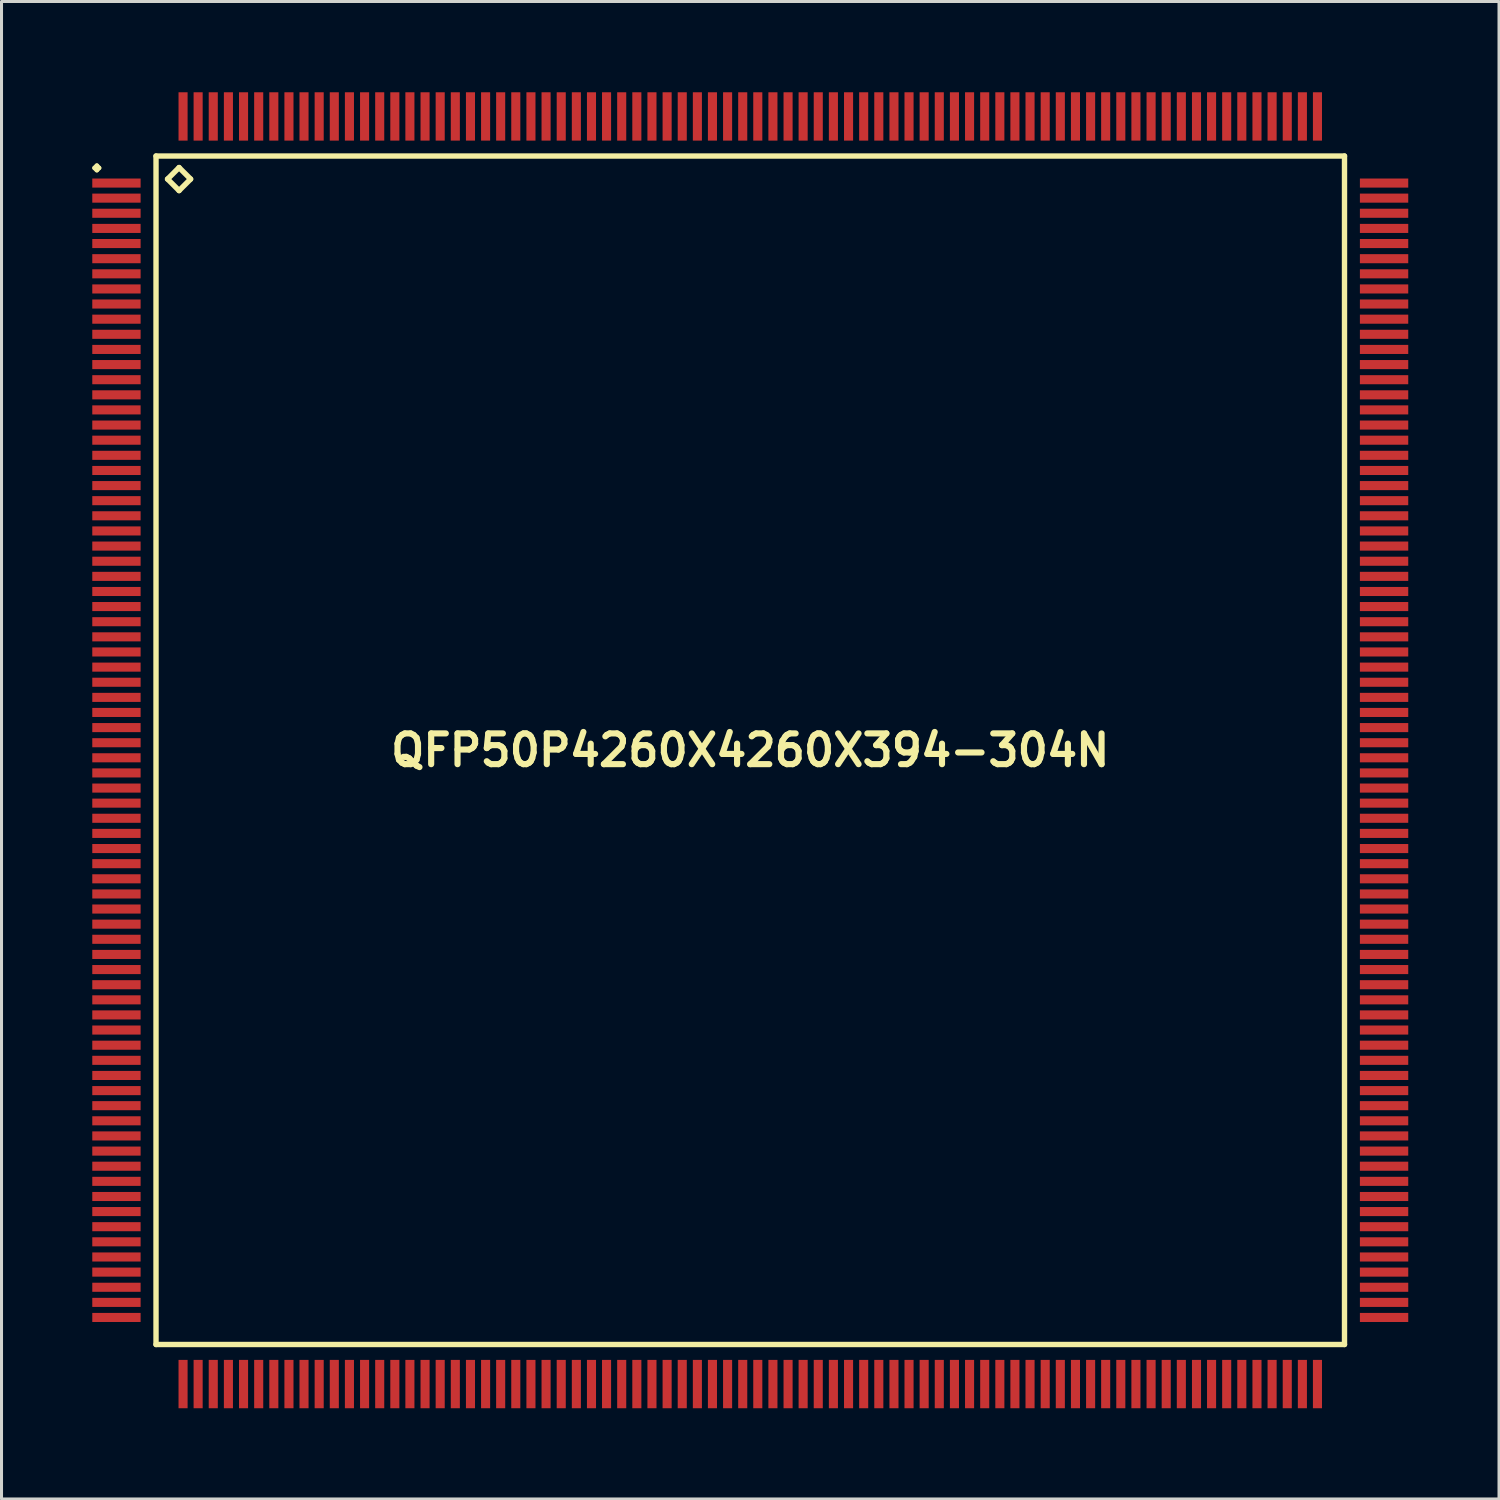
<source format=kicad_pcb>
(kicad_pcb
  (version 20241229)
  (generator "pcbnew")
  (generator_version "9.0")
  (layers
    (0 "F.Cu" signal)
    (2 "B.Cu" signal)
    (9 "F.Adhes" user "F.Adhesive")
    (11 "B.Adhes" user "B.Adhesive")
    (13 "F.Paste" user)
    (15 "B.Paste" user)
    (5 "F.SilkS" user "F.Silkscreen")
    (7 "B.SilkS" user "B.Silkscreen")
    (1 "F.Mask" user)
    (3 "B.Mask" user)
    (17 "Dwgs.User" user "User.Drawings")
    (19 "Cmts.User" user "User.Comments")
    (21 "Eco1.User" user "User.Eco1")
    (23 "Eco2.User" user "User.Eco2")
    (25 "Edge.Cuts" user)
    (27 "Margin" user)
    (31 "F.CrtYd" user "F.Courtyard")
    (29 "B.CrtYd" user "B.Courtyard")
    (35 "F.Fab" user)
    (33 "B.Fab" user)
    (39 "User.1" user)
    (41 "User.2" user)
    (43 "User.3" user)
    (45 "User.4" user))
  (footprint "QFP50P4260X4260X394-304N"
    (layer "F.Cu")
    (at 21.749 21.749)
    (property "Reference" "QFP50P4260X4260X394-304N" (at 0 0 0) (layer "F.SilkS") (effects (font (size 1.016 1.016) (thickness 0.203))))
    (attr smd)
    (fp_line (start -21.674 -19.248) (end -21.598 -19.324) (stroke (width 0.15) (type solid)) (layer "F.SilkS"))
    (fp_line (start -21.598 -19.324) (end -21.524 -19.248) (stroke (width 0.15) (type solid)) (layer "F.SilkS"))
    (fp_line (start -21.598 -19.174) (end -21.674 -19.248) (stroke (width 0.15) (type solid)) (layer "F.SilkS"))
    (fp_line (start -21.524 -19.248) (end -21.598 -19.174) (stroke (width 0.15) (type solid)) (layer "F.SilkS"))
    (fp_line (start -19.642 -19.642) (end -19.642 19.642) (stroke (width 0.178) (type solid)) (layer "F.SilkS"))
    (fp_line (start -19.642 19.642) (end 19.642 19.642) (stroke (width 0.178) (type solid)) (layer "F.SilkS"))
    (fp_line (start -19.261 -18.88) (end -18.88 -19.261) (stroke (width 0.178) (type solid)) (layer "F.SilkS"))
    (fp_line (start -18.88 -19.261) (end -18.499 -18.88) (stroke (width 0.178) (type solid)) (layer "F.SilkS"))
    (fp_line (start -18.88 -18.499) (end -19.261 -18.88) (stroke (width 0.178) (type solid)) (layer "F.SilkS"))
    (fp_line (start -18.499 -18.88) (end -18.88 -18.499) (stroke (width 0.178) (type solid)) (layer "F.SilkS"))
    (fp_line (start 19.642 -19.642) (end -19.642 -19.642) (stroke (width 0.178) (type solid)) (layer "F.SilkS"))
    (fp_line (start 19.642 19.642) (end 19.642 -19.642) (stroke (width 0.178) (type solid)) (layer "F.SilkS"))
    (pad "1" smd rect (at -20.95 -18.748) (size 1.598 0.3) (layers "F.Cu" "F.Mask" "F.Paste"))
    (pad "2" smd rect (at -20.95 -18.25) (size 1.598 0.3) (layers "F.Cu" "F.Mask" "F.Paste"))
    (pad "3" smd rect (at -20.95 -17.75) (size 1.598 0.3) (layers "F.Cu" "F.Mask" "F.Paste"))
    (pad "4" smd rect (at -20.95 -17.249) (size 1.598 0.3) (layers "F.Cu" "F.Mask" "F.Paste"))
    (pad "5" smd rect (at -20.95 -16.749) (size 1.598 0.3) (layers "F.Cu" "F.Mask" "F.Paste"))
    (pad "6" smd rect (at -20.95 -16.248) (size 1.598 0.3) (layers "F.Cu" "F.Mask" "F.Paste"))
    (pad "7" smd rect (at -20.95 -15.748) (size 1.598 0.3) (layers "F.Cu" "F.Mask" "F.Paste"))
    (pad "8" smd rect (at -20.95 -15.248) (size 1.598 0.3) (layers "F.Cu" "F.Mask" "F.Paste"))
    (pad "9" smd rect (at -20.95 -14.75) (size 1.598 0.3) (layers "F.Cu" "F.Mask" "F.Paste"))
    (pad "10" smd rect (at -20.95 -14.249) (size 1.598 0.3) (layers "F.Cu" "F.Mask" "F.Paste"))
    (pad "11" smd rect (at -20.95 -13.749) (size 1.598 0.3) (layers "F.Cu" "F.Mask" "F.Paste"))
    (pad "12" smd rect (at -20.95 -13.249) (size 1.598 0.3) (layers "F.Cu" "F.Mask" "F.Paste"))
    (pad "13" smd rect (at -20.95 -12.748) (size 1.598 0.3) (layers "F.Cu" "F.Mask" "F.Paste"))
    (pad "14" smd rect (at -20.95 -12.248) (size 1.598 0.3) (layers "F.Cu" "F.Mask" "F.Paste"))
    (pad "15" smd rect (at -20.95 -11.748) (size 1.598 0.3) (layers "F.Cu" "F.Mask" "F.Paste"))
    (pad "16" smd rect (at -20.95 -11.25) (size 1.598 0.3) (layers "F.Cu" "F.Mask" "F.Paste"))
    (pad "17" smd rect (at -20.95 -10.749) (size 1.598 0.3) (layers "F.Cu" "F.Mask" "F.Paste"))
    (pad "18" smd rect (at -20.95 -10.249) (size 1.598 0.3) (layers "F.Cu" "F.Mask" "F.Paste"))
    (pad "19" smd rect (at -20.95 -9.749) (size 1.598 0.3) (layers "F.Cu" "F.Mask" "F.Paste"))
    (pad "20" smd rect (at -20.95 -9.248) (size 1.598 0.3) (layers "F.Cu" "F.Mask" "F.Paste"))
    (pad "21" smd rect (at -20.95 -8.748) (size 1.598 0.3) (layers "F.Cu" "F.Mask" "F.Paste"))
    (pad "22" smd rect (at -20.95 -8.25) (size 1.598 0.3) (layers "F.Cu" "F.Mask" "F.Paste"))
    (pad "23" smd rect (at -20.95 -7.75) (size 1.598 0.3) (layers "F.Cu" "F.Mask" "F.Paste"))
    (pad "24" smd rect (at -20.95 -7.249) (size 1.598 0.3) (layers "F.Cu" "F.Mask" "F.Paste"))
    (pad "25" smd rect (at -20.95 -6.749) (size 1.598 0.3) (layers "F.Cu" "F.Mask" "F.Paste"))
    (pad "26" smd rect (at -20.95 -6.248) (size 1.598 0.3) (layers "F.Cu" "F.Mask" "F.Paste"))
    (pad "27" smd rect (at -20.95 -5.748) (size 1.598 0.3) (layers "F.Cu" "F.Mask" "F.Paste"))
    (pad "28" smd rect (at -20.95 -5.248) (size 1.598 0.3) (layers "F.Cu" "F.Mask" "F.Paste"))
    (pad "29" smd rect (at -20.95 -4.75) (size 1.598 0.3) (layers "F.Cu" "F.Mask" "F.Paste"))
    (pad "30" smd rect (at -20.95 -4.249) (size 1.598 0.3) (layers "F.Cu" "F.Mask" "F.Paste"))
    (pad "31" smd rect (at -20.95 -3.749) (size 1.598 0.3) (layers "F.Cu" "F.Mask" "F.Paste"))
    (pad "32" smd rect (at -20.95 -3.249) (size 1.598 0.3) (layers "F.Cu" "F.Mask" "F.Paste"))
    (pad "33" smd rect (at -20.95 -2.748) (size 1.598 0.3) (layers "F.Cu" "F.Mask" "F.Paste"))
    (pad "34" smd rect (at -20.95 -2.248) (size 1.598 0.3) (layers "F.Cu" "F.Mask" "F.Paste"))
    (pad "35" smd rect (at -20.95 -1.748) (size 1.598 0.3) (layers "F.Cu" "F.Mask" "F.Paste"))
    (pad "36" smd rect (at -20.95 -1.25) (size 1.598 0.3) (layers "F.Cu" "F.Mask" "F.Paste"))
    (pad "37" smd rect (at -20.95 -0.749) (size 1.598 0.3) (layers "F.Cu" "F.Mask" "F.Paste"))
    (pad "38" smd rect (at -20.95 -0.249) (size 1.598 0.3) (layers "F.Cu" "F.Mask" "F.Paste"))
    (pad "39" smd rect (at -20.95 0.249) (size 1.598 0.3) (layers "F.Cu" "F.Mask" "F.Paste"))
    (pad "40" smd rect (at -20.95 0.749) (size 1.598 0.3) (layers "F.Cu" "F.Mask" "F.Paste"))
    (pad "41" smd rect (at -20.95 1.25) (size 1.598 0.3) (layers "F.Cu" "F.Mask" "F.Paste"))
    (pad "42" smd rect (at -20.95 1.748) (size 1.598 0.3) (layers "F.Cu" "F.Mask" "F.Paste"))
    (pad "43" smd rect (at -20.95 2.248) (size 1.598 0.3) (layers "F.Cu" "F.Mask" "F.Paste"))
    (pad "44" smd rect (at -20.95 2.748) (size 1.598 0.3) (layers "F.Cu" "F.Mask" "F.Paste"))
    (pad "45" smd rect (at -20.95 3.249) (size 1.598 0.3) (layers "F.Cu" "F.Mask" "F.Paste"))
    (pad "46" smd rect (at -20.95 3.749) (size 1.598 0.3) (layers "F.Cu" "F.Mask" "F.Paste"))
    (pad "47" smd rect (at -20.95 4.249) (size 1.598 0.3) (layers "F.Cu" "F.Mask" "F.Paste"))
    (pad "48" smd rect (at -20.95 4.75) (size 1.598 0.3) (layers "F.Cu" "F.Mask" "F.Paste"))
    (pad "49" smd rect (at -20.95 5.248) (size 1.598 0.3) (layers "F.Cu" "F.Mask" "F.Paste"))
    (pad "50" smd rect (at -20.95 5.748) (size 1.598 0.3) (layers "F.Cu" "F.Mask" "F.Paste"))
    (pad "51" smd rect (at -20.95 6.248) (size 1.598 0.3) (layers "F.Cu" "F.Mask" "F.Paste"))
    (pad "52" smd rect (at -20.95 6.749) (size 1.598 0.3) (layers "F.Cu" "F.Mask" "F.Paste"))
    (pad "53" smd rect (at -20.95 7.249) (size 1.598 0.3) (layers "F.Cu" "F.Mask" "F.Paste"))
    (pad "54" smd rect (at -20.95 7.75) (size 1.598 0.3) (layers "F.Cu" "F.Mask" "F.Paste"))
    (pad "55" smd rect (at -20.95 8.25) (size 1.598 0.3) (layers "F.Cu" "F.Mask" "F.Paste"))
    (pad "56" smd rect (at -20.95 8.748) (size 1.598 0.3) (layers "F.Cu" "F.Mask" "F.Paste"))
    (pad "57" smd rect (at -20.95 9.248) (size 1.598 0.3) (layers "F.Cu" "F.Mask" "F.Paste"))
    (pad "58" smd rect (at -20.95 9.749) (size 1.598 0.3) (layers "F.Cu" "F.Mask" "F.Paste"))
    (pad "59" smd rect (at -20.95 10.249) (size 1.598 0.3) (layers "F.Cu" "F.Mask" "F.Paste"))
    (pad "60" smd rect (at -20.95 10.749) (size 1.598 0.3) (layers "F.Cu" "F.Mask" "F.Paste"))
    (pad "61" smd rect (at -20.95 11.25) (size 1.598 0.3) (layers "F.Cu" "F.Mask" "F.Paste"))
    (pad "62" smd rect (at -20.95 11.748) (size 1.598 0.3) (layers "F.Cu" "F.Mask" "F.Paste"))
    (pad "63" smd rect (at -20.95 12.248) (size 1.598 0.3) (layers "F.Cu" "F.Mask" "F.Paste"))
    (pad "64" smd rect (at -20.95 12.748) (size 1.598 0.3) (layers "F.Cu" "F.Mask" "F.Paste"))
    (pad "65" smd rect (at -20.95 13.249) (size 1.598 0.3) (layers "F.Cu" "F.Mask" "F.Paste"))
    (pad "66" smd rect (at -20.95 13.749) (size 1.598 0.3) (layers "F.Cu" "F.Mask" "F.Paste"))
    (pad "67" smd rect (at -20.95 14.249) (size 1.598 0.3) (layers "F.Cu" "F.Mask" "F.Paste"))
    (pad "68" smd rect (at -20.95 14.75) (size 1.598 0.3) (layers "F.Cu" "F.Mask" "F.Paste"))
    (pad "69" smd rect (at -20.95 15.248) (size 1.598 0.3) (layers "F.Cu" "F.Mask" "F.Paste"))
    (pad "70" smd rect (at -20.95 15.748) (size 1.598 0.3) (layers "F.Cu" "F.Mask" "F.Paste"))
    (pad "71" smd rect (at -20.95 16.248) (size 1.598 0.3) (layers "F.Cu" "F.Mask" "F.Paste"))
    (pad "72" smd rect (at -20.95 16.749) (size 1.598 0.3) (layers "F.Cu" "F.Mask" "F.Paste"))
    (pad "73" smd rect (at -20.95 17.249) (size 1.598 0.3) (layers "F.Cu" "F.Mask" "F.Paste"))
    (pad "74" smd rect (at -20.95 17.75) (size 1.598 0.3) (layers "F.Cu" "F.Mask" "F.Paste"))
    (pad "75" smd rect (at -20.95 18.25) (size 1.598 0.3) (layers "F.Cu" "F.Mask" "F.Paste"))
    (pad "76" smd rect (at -20.95 18.748) (size 1.598 0.3) (layers "F.Cu" "F.Mask" "F.Paste"))
    (pad "77" smd rect (at -18.748 20.95) (size 0.3 1.598) (layers "F.Cu" "F.Mask" "F.Paste"))
    (pad "78" smd rect (at -18.25 20.95) (size 0.3 1.598) (layers "F.Cu" "F.Mask" "F.Paste"))
    (pad "79" smd rect (at -17.75 20.95) (size 0.3 1.598) (layers "F.Cu" "F.Mask" "F.Paste"))
    (pad "80" smd rect (at -17.249 20.95) (size 0.3 1.598) (layers "F.Cu" "F.Mask" "F.Paste"))
    (pad "81" smd rect (at -16.749 20.95) (size 0.3 1.598) (layers "F.Cu" "F.Mask" "F.Paste"))
    (pad "82" smd rect (at -16.248 20.95) (size 0.3 1.598) (layers "F.Cu" "F.Mask" "F.Paste"))
    (pad "83" smd rect (at -15.748 20.95) (size 0.3 1.598) (layers "F.Cu" "F.Mask" "F.Paste"))
    (pad "84" smd rect (at -15.248 20.95) (size 0.3 1.598) (layers "F.Cu" "F.Mask" "F.Paste"))
    (pad "85" smd rect (at -14.75 20.95) (size 0.3 1.598) (layers "F.Cu" "F.Mask" "F.Paste"))
    (pad "86" smd rect (at -14.249 20.95) (size 0.3 1.598) (layers "F.Cu" "F.Mask" "F.Paste"))
    (pad "87" smd rect (at -13.749 20.95) (size 0.3 1.598) (layers "F.Cu" "F.Mask" "F.Paste"))
    (pad "88" smd rect (at -13.249 20.95) (size 0.3 1.598) (layers "F.Cu" "F.Mask" "F.Paste"))
    (pad "89" smd rect (at -12.748 20.95) (size 0.3 1.598) (layers "F.Cu" "F.Mask" "F.Paste"))
    (pad "90" smd rect (at -12.248 20.95) (size 0.3 1.598) (layers "F.Cu" "F.Mask" "F.Paste"))
    (pad "91" smd rect (at -11.748 20.95) (size 0.3 1.598) (layers "F.Cu" "F.Mask" "F.Paste"))
    (pad "92" smd rect (at -11.25 20.95) (size 0.3 1.598) (layers "F.Cu" "F.Mask" "F.Paste"))
    (pad "93" smd rect (at -10.749 20.95) (size 0.3 1.598) (layers "F.Cu" "F.Mask" "F.Paste"))
    (pad "94" smd rect (at -10.249 20.95) (size 0.3 1.598) (layers "F.Cu" "F.Mask" "F.Paste"))
    (pad "95" smd rect (at -9.749 20.95) (size 0.3 1.598) (layers "F.Cu" "F.Mask" "F.Paste"))
    (pad "96" smd rect (at -9.248 20.95) (size 0.3 1.598) (layers "F.Cu" "F.Mask" "F.Paste"))
    (pad "97" smd rect (at -8.748 20.95) (size 0.3 1.598) (layers "F.Cu" "F.Mask" "F.Paste"))
    (pad "98" smd rect (at -8.25 20.95) (size 0.3 1.598) (layers "F.Cu" "F.Mask" "F.Paste"))
    (pad "99" smd rect (at -7.75 20.95) (size 0.3 1.598) (layers "F.Cu" "F.Mask" "F.Paste"))
    (pad "100" smd rect (at -7.249 20.95) (size 0.3 1.598) (layers "F.Cu" "F.Mask" "F.Paste"))
    (pad "101" smd rect (at -6.749 20.95) (size 0.3 1.598) (layers "F.Cu" "F.Mask" "F.Paste"))
    (pad "102" smd rect (at -6.248 20.95) (size 0.3 1.598) (layers "F.Cu" "F.Mask" "F.Paste"))
    (pad "103" smd rect (at -5.748 20.95) (size 0.3 1.598) (layers "F.Cu" "F.Mask" "F.Paste"))
    (pad "104" smd rect (at -5.248 20.95) (size 0.3 1.598) (layers "F.Cu" "F.Mask" "F.Paste"))
    (pad "105" smd rect (at -4.75 20.95) (size 0.3 1.598) (layers "F.Cu" "F.Mask" "F.Paste"))
    (pad "106" smd rect (at -4.249 20.95) (size 0.3 1.598) (layers "F.Cu" "F.Mask" "F.Paste"))
    (pad "107" smd rect (at -3.749 20.95) (size 0.3 1.598) (layers "F.Cu" "F.Mask" "F.Paste"))
    (pad "108" smd rect (at -3.249 20.95) (size 0.3 1.598) (layers "F.Cu" "F.Mask" "F.Paste"))
    (pad "109" smd rect (at -2.748 20.95) (size 0.3 1.598) (layers "F.Cu" "F.Mask" "F.Paste"))
    (pad "110" smd rect (at -2.248 20.95) (size 0.3 1.598) (layers "F.Cu" "F.Mask" "F.Paste"))
    (pad "111" smd rect (at -1.748 20.95) (size 0.3 1.598) (layers "F.Cu" "F.Mask" "F.Paste"))
    (pad "112" smd rect (at -1.25 20.95) (size 0.3 1.598) (layers "F.Cu" "F.Mask" "F.Paste"))
    (pad "113" smd rect (at -0.749 20.95) (size 0.3 1.598) (layers "F.Cu" "F.Mask" "F.Paste"))
    (pad "114" smd rect (at -0.249 20.95) (size 0.3 1.598) (layers "F.Cu" "F.Mask" "F.Paste"))
    (pad "115" smd rect (at 0.249 20.95) (size 0.3 1.598) (layers "F.Cu" "F.Mask" "F.Paste"))
    (pad "116" smd rect (at 0.749 20.95) (size 0.3 1.598) (layers "F.Cu" "F.Mask" "F.Paste"))
    (pad "117" smd rect (at 1.25 20.95) (size 0.3 1.598) (layers "F.Cu" "F.Mask" "F.Paste"))
    (pad "118" smd rect (at 1.748 20.95) (size 0.3 1.598) (layers "F.Cu" "F.Mask" "F.Paste"))
    (pad "119" smd rect (at 2.248 20.95) (size 0.3 1.598) (layers "F.Cu" "F.Mask" "F.Paste"))
    (pad "120" smd rect (at 2.748 20.95) (size 0.3 1.598) (layers "F.Cu" "F.Mask" "F.Paste"))
    (pad "121" smd rect (at 3.249 20.95) (size 0.3 1.598) (layers "F.Cu" "F.Mask" "F.Paste"))
    (pad "122" smd rect (at 3.749 20.95) (size 0.3 1.598) (layers "F.Cu" "F.Mask" "F.Paste"))
    (pad "123" smd rect (at 4.249 20.95) (size 0.3 1.598) (layers "F.Cu" "F.Mask" "F.Paste"))
    (pad "124" smd rect (at 4.75 20.95) (size 0.3 1.598) (layers "F.Cu" "F.Mask" "F.Paste"))
    (pad "125" smd rect (at 5.248 20.95) (size 0.3 1.598) (layers "F.Cu" "F.Mask" "F.Paste"))
    (pad "126" smd rect (at 5.748 20.95) (size 0.3 1.598) (layers "F.Cu" "F.Mask" "F.Paste"))
    (pad "127" smd rect (at 6.248 20.95) (size 0.3 1.598) (layers "F.Cu" "F.Mask" "F.Paste"))
    (pad "128" smd rect (at 6.749 20.95) (size 0.3 1.598) (layers "F.Cu" "F.Mask" "F.Paste"))
    (pad "129" smd rect (at 7.249 20.95) (size 0.3 1.598) (layers "F.Cu" "F.Mask" "F.Paste"))
    (pad "130" smd rect (at 7.75 20.95) (size 0.3 1.598) (layers "F.Cu" "F.Mask" "F.Paste"))
    (pad "131" smd rect (at 8.25 20.95) (size 0.3 1.598) (layers "F.Cu" "F.Mask" "F.Paste"))
    (pad "132" smd rect (at 8.748 20.95) (size 0.3 1.598) (layers "F.Cu" "F.Mask" "F.Paste"))
    (pad "133" smd rect (at 9.248 20.95) (size 0.3 1.598) (layers "F.Cu" "F.Mask" "F.Paste"))
    (pad "134" smd rect (at 9.749 20.95) (size 0.3 1.598) (layers "F.Cu" "F.Mask" "F.Paste"))
    (pad "135" smd rect (at 10.249 20.95) (size 0.3 1.598) (layers "F.Cu" "F.Mask" "F.Paste"))
    (pad "136" smd rect (at 10.749 20.95) (size 0.3 1.598) (layers "F.Cu" "F.Mask" "F.Paste"))
    (pad "137" smd rect (at 11.25 20.95) (size 0.3 1.598) (layers "F.Cu" "F.Mask" "F.Paste"))
    (pad "138" smd rect (at 11.748 20.95) (size 0.3 1.598) (layers "F.Cu" "F.Mask" "F.Paste"))
    (pad "139" smd rect (at 12.248 20.95) (size 0.3 1.598) (layers "F.Cu" "F.Mask" "F.Paste"))
    (pad "140" smd rect (at 12.748 20.95) (size 0.3 1.598) (layers "F.Cu" "F.Mask" "F.Paste"))
    (pad "141" smd rect (at 13.249 20.95) (size 0.3 1.598) (layers "F.Cu" "F.Mask" "F.Paste"))
    (pad "142" smd rect (at 13.749 20.95) (size 0.3 1.598) (layers "F.Cu" "F.Mask" "F.Paste"))
    (pad "143" smd rect (at 14.249 20.95) (size 0.3 1.598) (layers "F.Cu" "F.Mask" "F.Paste"))
    (pad "144" smd rect (at 14.75 20.95) (size 0.3 1.598) (layers "F.Cu" "F.Mask" "F.Paste"))
    (pad "145" smd rect (at 15.248 20.95) (size 0.3 1.598) (layers "F.Cu" "F.Mask" "F.Paste"))
    (pad "146" smd rect (at 15.748 20.95) (size 0.3 1.598) (layers "F.Cu" "F.Mask" "F.Paste"))
    (pad "147" smd rect (at 16.248 20.95) (size 0.3 1.598) (layers "F.Cu" "F.Mask" "F.Paste"))
    (pad "148" smd rect (at 16.749 20.95) (size 0.3 1.598) (layers "F.Cu" "F.Mask" "F.Paste"))
    (pad "149" smd rect (at 17.249 20.95) (size 0.3 1.598) (layers "F.Cu" "F.Mask" "F.Paste"))
    (pad "150" smd rect (at 17.75 20.95) (size 0.3 1.598) (layers "F.Cu" "F.Mask" "F.Paste"))
    (pad "151" smd rect (at 18.25 20.95) (size 0.3 1.598) (layers "F.Cu" "F.Mask" "F.Paste"))
    (pad "152" smd rect (at 18.748 20.95) (size 0.3 1.598) (layers "F.Cu" "F.Mask" "F.Paste"))
    (pad "153" smd rect (at 20.95 18.748) (size 1.598 0.3) (layers "F.Cu" "F.Mask" "F.Paste"))
    (pad "154" smd rect (at 20.95 18.25) (size 1.598 0.3) (layers "F.Cu" "F.Mask" "F.Paste"))
    (pad "155" smd rect (at 20.95 17.75) (size 1.598 0.3) (layers "F.Cu" "F.Mask" "F.Paste"))
    (pad "156" smd rect (at 20.95 17.249) (size 1.598 0.3) (layers "F.Cu" "F.Mask" "F.Paste"))
    (pad "157" smd rect (at 20.95 16.749) (size 1.598 0.3) (layers "F.Cu" "F.Mask" "F.Paste"))
    (pad "158" smd rect (at 20.95 16.248) (size 1.598 0.3) (layers "F.Cu" "F.Mask" "F.Paste"))
    (pad "159" smd rect (at 20.95 15.748) (size 1.598 0.3) (layers "F.Cu" "F.Mask" "F.Paste"))
    (pad "160" smd rect (at 20.95 15.248) (size 1.598 0.3) (layers "F.Cu" "F.Mask" "F.Paste"))
    (pad "161" smd rect (at 20.95 14.75) (size 1.598 0.3) (layers "F.Cu" "F.Mask" "F.Paste"))
    (pad "162" smd rect (at 20.95 14.249) (size 1.598 0.3) (layers "F.Cu" "F.Mask" "F.Paste"))
    (pad "163" smd rect (at 20.95 13.749) (size 1.598 0.3) (layers "F.Cu" "F.Mask" "F.Paste"))
    (pad "164" smd rect (at 20.95 13.249) (size 1.598 0.3) (layers "F.Cu" "F.Mask" "F.Paste"))
    (pad "165" smd rect (at 20.95 12.748) (size 1.598 0.3) (layers "F.Cu" "F.Mask" "F.Paste"))
    (pad "166" smd rect (at 20.95 12.248) (size 1.598 0.3) (layers "F.Cu" "F.Mask" "F.Paste"))
    (pad "167" smd rect (at 20.95 11.748) (size 1.598 0.3) (layers "F.Cu" "F.Mask" "F.Paste"))
    (pad "168" smd rect (at 20.95 11.25) (size 1.598 0.3) (layers "F.Cu" "F.Mask" "F.Paste"))
    (pad "169" smd rect (at 20.95 10.749) (size 1.598 0.3) (layers "F.Cu" "F.Mask" "F.Paste"))
    (pad "170" smd rect (at 20.95 10.249) (size 1.598 0.3) (layers "F.Cu" "F.Mask" "F.Paste"))
    (pad "171" smd rect (at 20.95 9.749) (size 1.598 0.3) (layers "F.Cu" "F.Mask" "F.Paste"))
    (pad "172" smd rect (at 20.95 9.248) (size 1.598 0.3) (layers "F.Cu" "F.Mask" "F.Paste"))
    (pad "173" smd rect (at 20.95 8.748) (size 1.598 0.3) (layers "F.Cu" "F.Mask" "F.Paste"))
    (pad "174" smd rect (at 20.95 8.25) (size 1.598 0.3) (layers "F.Cu" "F.Mask" "F.Paste"))
    (pad "175" smd rect (at 20.95 7.75) (size 1.598 0.3) (layers "F.Cu" "F.Mask" "F.Paste"))
    (pad "176" smd rect (at 20.95 7.249) (size 1.598 0.3) (layers "F.Cu" "F.Mask" "F.Paste"))
    (pad "177" smd rect (at 20.95 6.749) (size 1.598 0.3) (layers "F.Cu" "F.Mask" "F.Paste"))
    (pad "178" smd rect (at 20.95 6.248) (size 1.598 0.3) (layers "F.Cu" "F.Mask" "F.Paste"))
    (pad "179" smd rect (at 20.95 5.748) (size 1.598 0.3) (layers "F.Cu" "F.Mask" "F.Paste"))
    (pad "180" smd rect (at 20.95 5.248) (size 1.598 0.3) (layers "F.Cu" "F.Mask" "F.Paste"))
    (pad "181" smd rect (at 20.95 4.75) (size 1.598 0.3) (layers "F.Cu" "F.Mask" "F.Paste"))
    (pad "182" smd rect (at 20.95 4.249) (size 1.598 0.3) (layers "F.Cu" "F.Mask" "F.Paste"))
    (pad "183" smd rect (at 20.95 3.749) (size 1.598 0.3) (layers "F.Cu" "F.Mask" "F.Paste"))
    (pad "184" smd rect (at 20.95 3.249) (size 1.598 0.3) (layers "F.Cu" "F.Mask" "F.Paste"))
    (pad "185" smd rect (at 20.95 2.748) (size 1.598 0.3) (layers "F.Cu" "F.Mask" "F.Paste"))
    (pad "186" smd rect (at 20.95 2.248) (size 1.598 0.3) (layers "F.Cu" "F.Mask" "F.Paste"))
    (pad "187" smd rect (at 20.95 1.748) (size 1.598 0.3) (layers "F.Cu" "F.Mask" "F.Paste"))
    (pad "188" smd rect (at 20.95 1.25) (size 1.598 0.3) (layers "F.Cu" "F.Mask" "F.Paste"))
    (pad "189" smd rect (at 20.95 0.749) (size 1.598 0.3) (layers "F.Cu" "F.Mask" "F.Paste"))
    (pad "190" smd rect (at 20.95 0.249) (size 1.598 0.3) (layers "F.Cu" "F.Mask" "F.Paste"))
    (pad "191" smd rect (at 20.95 -0.249) (size 1.598 0.3) (layers "F.Cu" "F.Mask" "F.Paste"))
    (pad "192" smd rect (at 20.95 -0.749) (size 1.598 0.3) (layers "F.Cu" "F.Mask" "F.Paste"))
    (pad "193" smd rect (at 20.95 -1.25) (size 1.598 0.3) (layers "F.Cu" "F.Mask" "F.Paste"))
    (pad "194" smd rect (at 20.95 -1.748) (size 1.598 0.3) (layers "F.Cu" "F.Mask" "F.Paste"))
    (pad "195" smd rect (at 20.95 -2.248) (size 1.598 0.3) (layers "F.Cu" "F.Mask" "F.Paste"))
    (pad "196" smd rect (at 20.95 -2.748) (size 1.598 0.3) (layers "F.Cu" "F.Mask" "F.Paste"))
    (pad "197" smd rect (at 20.95 -3.249) (size 1.598 0.3) (layers "F.Cu" "F.Mask" "F.Paste"))
    (pad "198" smd rect (at 20.95 -3.749) (size 1.598 0.3) (layers "F.Cu" "F.Mask" "F.Paste"))
    (pad "199" smd rect (at 20.95 -4.249) (size 1.598 0.3) (layers "F.Cu" "F.Mask" "F.Paste"))
    (pad "200" smd rect (at 20.95 -4.75) (size 1.598 0.3) (layers "F.Cu" "F.Mask" "F.Paste"))
    (pad "201" smd rect (at 20.95 -5.248) (size 1.598 0.3) (layers "F.Cu" "F.Mask" "F.Paste"))
    (pad "202" smd rect (at 20.95 -5.748) (size 1.598 0.3) (layers "F.Cu" "F.Mask" "F.Paste"))
    (pad "203" smd rect (at 20.95 -6.248) (size 1.598 0.3) (layers "F.Cu" "F.Mask" "F.Paste"))
    (pad "204" smd rect (at 20.95 -6.749) (size 1.598 0.3) (layers "F.Cu" "F.Mask" "F.Paste"))
    (pad "205" smd rect (at 20.95 -7.249) (size 1.598 0.3) (layers "F.Cu" "F.Mask" "F.Paste"))
    (pad "206" smd rect (at 20.95 -7.75) (size 1.598 0.3) (layers "F.Cu" "F.Mask" "F.Paste"))
    (pad "207" smd rect (at 20.95 -8.25) (size 1.598 0.3) (layers "F.Cu" "F.Mask" "F.Paste"))
    (pad "208" smd rect (at 20.95 -8.748) (size 1.598 0.3) (layers "F.Cu" "F.Mask" "F.Paste"))
    (pad "209" smd rect (at 20.95 -9.248) (size 1.598 0.3) (layers "F.Cu" "F.Mask" "F.Paste"))
    (pad "210" smd rect (at 20.95 -9.749) (size 1.598 0.3) (layers "F.Cu" "F.Mask" "F.Paste"))
    (pad "211" smd rect (at 20.95 -10.249) (size 1.598 0.3) (layers "F.Cu" "F.Mask" "F.Paste"))
    (pad "212" smd rect (at 20.95 -10.749) (size 1.598 0.3) (layers "F.Cu" "F.Mask" "F.Paste"))
    (pad "213" smd rect (at 20.95 -11.25) (size 1.598 0.3) (layers "F.Cu" "F.Mask" "F.Paste"))
    (pad "214" smd rect (at 20.95 -11.748) (size 1.598 0.3) (layers "F.Cu" "F.Mask" "F.Paste"))
    (pad "215" smd rect (at 20.95 -12.248) (size 1.598 0.3) (layers "F.Cu" "F.Mask" "F.Paste"))
    (pad "216" smd rect (at 20.95 -12.748) (size 1.598 0.3) (layers "F.Cu" "F.Mask" "F.Paste"))
    (pad "217" smd rect (at 20.95 -13.249) (size 1.598 0.3) (layers "F.Cu" "F.Mask" "F.Paste"))
    (pad "218" smd rect (at 20.95 -13.749) (size 1.598 0.3) (layers "F.Cu" "F.Mask" "F.Paste"))
    (pad "219" smd rect (at 20.95 -14.249) (size 1.598 0.3) (layers "F.Cu" "F.Mask" "F.Paste"))
    (pad "220" smd rect (at 20.95 -14.75) (size 1.598 0.3) (layers "F.Cu" "F.Mask" "F.Paste"))
    (pad "221" smd rect (at 20.95 -15.248) (size 1.598 0.3) (layers "F.Cu" "F.Mask" "F.Paste"))
    (pad "222" smd rect (at 20.95 -15.748) (size 1.598 0.3) (layers "F.Cu" "F.Mask" "F.Paste"))
    (pad "223" smd rect (at 20.95 -16.248) (size 1.598 0.3) (layers "F.Cu" "F.Mask" "F.Paste"))
    (pad "224" smd rect (at 20.95 -16.749) (size 1.598 0.3) (layers "F.Cu" "F.Mask" "F.Paste"))
    (pad "225" smd rect (at 20.95 -17.249) (size 1.598 0.3) (layers "F.Cu" "F.Mask" "F.Paste"))
    (pad "226" smd rect (at 20.95 -17.75) (size 1.598 0.3) (layers "F.Cu" "F.Mask" "F.Paste"))
    (pad "227" smd rect (at 20.95 -18.25) (size 1.598 0.3) (layers "F.Cu" "F.Mask" "F.Paste"))
    (pad "228" smd rect (at 20.95 -18.748) (size 1.598 0.3) (layers "F.Cu" "F.Mask" "F.Paste"))
    (pad "229" smd rect (at 18.748 -20.95) (size 0.3 1.598) (layers "F.Cu" "F.Mask" "F.Paste"))
    (pad "230" smd rect (at 18.25 -20.95) (size 0.3 1.598) (layers "F.Cu" "F.Mask" "F.Paste"))
    (pad "231" smd rect (at 17.75 -20.95) (size 0.3 1.598) (layers "F.Cu" "F.Mask" "F.Paste"))
    (pad "232" smd rect (at 17.249 -20.95) (size 0.3 1.598) (layers "F.Cu" "F.Mask" "F.Paste"))
    (pad "233" smd rect (at 16.749 -20.95) (size 0.3 1.598) (layers "F.Cu" "F.Mask" "F.Paste"))
    (pad "234" smd rect (at 16.248 -20.95) (size 0.3 1.598) (layers "F.Cu" "F.Mask" "F.Paste"))
    (pad "235" smd rect (at 15.748 -20.95) (size 0.3 1.598) (layers "F.Cu" "F.Mask" "F.Paste"))
    (pad "236" smd rect (at 15.248 -20.95) (size 0.3 1.598) (layers "F.Cu" "F.Mask" "F.Paste"))
    (pad "237" smd rect (at 14.75 -20.95) (size 0.3 1.598) (layers "F.Cu" "F.Mask" "F.Paste"))
    (pad "238" smd rect (at 14.249 -20.95) (size 0.3 1.598) (layers "F.Cu" "F.Mask" "F.Paste"))
    (pad "239" smd rect (at 13.749 -20.95) (size 0.3 1.598) (layers "F.Cu" "F.Mask" "F.Paste"))
    (pad "240" smd rect (at 13.249 -20.95) (size 0.3 1.598) (layers "F.Cu" "F.Mask" "F.Paste"))
    (pad "241" smd rect (at 12.748 -20.95) (size 0.3 1.598) (layers "F.Cu" "F.Mask" "F.Paste"))
    (pad "242" smd rect (at 12.248 -20.95) (size 0.3 1.598) (layers "F.Cu" "F.Mask" "F.Paste"))
    (pad "243" smd rect (at 11.748 -20.95) (size 0.3 1.598) (layers "F.Cu" "F.Mask" "F.Paste"))
    (pad "244" smd rect (at 11.25 -20.95) (size 0.3 1.598) (layers "F.Cu" "F.Mask" "F.Paste"))
    (pad "245" smd rect (at 10.749 -20.95) (size 0.3 1.598) (layers "F.Cu" "F.Mask" "F.Paste"))
    (pad "246" smd rect (at 10.249 -20.95) (size 0.3 1.598) (layers "F.Cu" "F.Mask" "F.Paste"))
    (pad "247" smd rect (at 9.749 -20.95) (size 0.3 1.598) (layers "F.Cu" "F.Mask" "F.Paste"))
    (pad "248" smd rect (at 9.248 -20.95) (size 0.3 1.598) (layers "F.Cu" "F.Mask" "F.Paste"))
    (pad "249" smd rect (at 8.748 -20.95) (size 0.3 1.598) (layers "F.Cu" "F.Mask" "F.Paste"))
    (pad "250" smd rect (at 8.25 -20.95) (size 0.3 1.598) (layers "F.Cu" "F.Mask" "F.Paste"))
    (pad "251" smd rect (at 7.75 -20.95) (size 0.3 1.598) (layers "F.Cu" "F.Mask" "F.Paste"))
    (pad "252" smd rect (at 7.249 -20.95) (size 0.3 1.598) (layers "F.Cu" "F.Mask" "F.Paste"))
    (pad "253" smd rect (at 6.749 -20.95) (size 0.3 1.598) (layers "F.Cu" "F.Mask" "F.Paste"))
    (pad "254" smd rect (at 6.248 -20.95) (size 0.3 1.598) (layers "F.Cu" "F.Mask" "F.Paste"))
    (pad "255" smd rect (at 5.748 -20.95) (size 0.3 1.598) (layers "F.Cu" "F.Mask" "F.Paste"))
    (pad "256" smd rect (at 5.248 -20.95) (size 0.3 1.598) (layers "F.Cu" "F.Mask" "F.Paste"))
    (pad "257" smd rect (at 4.75 -20.95) (size 0.3 1.598) (layers "F.Cu" "F.Mask" "F.Paste"))
    (pad "258" smd rect (at 4.249 -20.95) (size 0.3 1.598) (layers "F.Cu" "F.Mask" "F.Paste"))
    (pad "259" smd rect (at 3.749 -20.95) (size 0.3 1.598) (layers "F.Cu" "F.Mask" "F.Paste"))
    (pad "260" smd rect (at 3.249 -20.95) (size 0.3 1.598) (layers "F.Cu" "F.Mask" "F.Paste"))
    (pad "261" smd rect (at 2.748 -20.95) (size 0.3 1.598) (layers "F.Cu" "F.Mask" "F.Paste"))
    (pad "262" smd rect (at 2.248 -20.95) (size 0.3 1.598) (layers "F.Cu" "F.Mask" "F.Paste"))
    (pad "263" smd rect (at 1.748 -20.95) (size 0.3 1.598) (layers "F.Cu" "F.Mask" "F.Paste"))
    (pad "264" smd rect (at 1.25 -20.95) (size 0.3 1.598) (layers "F.Cu" "F.Mask" "F.Paste"))
    (pad "265" smd rect (at 0.749 -20.95) (size 0.3 1.598) (layers "F.Cu" "F.Mask" "F.Paste"))
    (pad "266" smd rect (at 0.249 -20.95) (size 0.3 1.598) (layers "F.Cu" "F.Mask" "F.Paste"))
    (pad "267" smd rect (at -0.249 -20.95) (size 0.3 1.598) (layers "F.Cu" "F.Mask" "F.Paste"))
    (pad "268" smd rect (at -0.749 -20.95) (size 0.3 1.598) (layers "F.Cu" "F.Mask" "F.Paste"))
    (pad "269" smd rect (at -1.25 -20.95) (size 0.3 1.598) (layers "F.Cu" "F.Mask" "F.Paste"))
    (pad "270" smd rect (at -1.748 -20.95) (size 0.3 1.598) (layers "F.Cu" "F.Mask" "F.Paste"))
    (pad "271" smd rect (at -2.248 -20.95) (size 0.3 1.598) (layers "F.Cu" "F.Mask" "F.Paste"))
    (pad "272" smd rect (at -2.748 -20.95) (size 0.3 1.598) (layers "F.Cu" "F.Mask" "F.Paste"))
    (pad "273" smd rect (at -3.249 -20.95) (size 0.3 1.598) (layers "F.Cu" "F.Mask" "F.Paste"))
    (pad "274" smd rect (at -3.749 -20.95) (size 0.3 1.598) (layers "F.Cu" "F.Mask" "F.Paste"))
    (pad "275" smd rect (at -4.249 -20.95) (size 0.3 1.598) (layers "F.Cu" "F.Mask" "F.Paste"))
    (pad "276" smd rect (at -4.75 -20.95) (size 0.3 1.598) (layers "F.Cu" "F.Mask" "F.Paste"))
    (pad "277" smd rect (at -5.248 -20.95) (size 0.3 1.598) (layers "F.Cu" "F.Mask" "F.Paste"))
    (pad "278" smd rect (at -5.748 -20.95) (size 0.3 1.598) (layers "F.Cu" "F.Mask" "F.Paste"))
    (pad "279" smd rect (at -6.248 -20.95) (size 0.3 1.598) (layers "F.Cu" "F.Mask" "F.Paste"))
    (pad "280" smd rect (at -6.749 -20.95) (size 0.3 1.598) (layers "F.Cu" "F.Mask" "F.Paste"))
    (pad "281" smd rect (at -7.249 -20.95) (size 0.3 1.598) (layers "F.Cu" "F.Mask" "F.Paste"))
    (pad "282" smd rect (at -7.75 -20.95) (size 0.3 1.598) (layers "F.Cu" "F.Mask" "F.Paste"))
    (pad "283" smd rect (at -8.25 -20.95) (size 0.3 1.598) (layers "F.Cu" "F.Mask" "F.Paste"))
    (pad "284" smd rect (at -8.748 -20.95) (size 0.3 1.598) (layers "F.Cu" "F.Mask" "F.Paste"))
    (pad "285" smd rect (at -9.248 -20.95) (size 0.3 1.598) (layers "F.Cu" "F.Mask" "F.Paste"))
    (pad "286" smd rect (at -9.749 -20.95) (size 0.3 1.598) (layers "F.Cu" "F.Mask" "F.Paste"))
    (pad "287" smd rect (at -10.249 -20.95) (size 0.3 1.598) (layers "F.Cu" "F.Mask" "F.Paste"))
    (pad "288" smd rect (at -10.749 -20.95) (size 0.3 1.598) (layers "F.Cu" "F.Mask" "F.Paste"))
    (pad "289" smd rect (at -11.25 -20.95) (size 0.3 1.598) (layers "F.Cu" "F.Mask" "F.Paste"))
    (pad "290" smd rect (at -11.748 -20.95) (size 0.3 1.598) (layers "F.Cu" "F.Mask" "F.Paste"))
    (pad "291" smd rect (at -12.248 -20.95) (size 0.3 1.598) (layers "F.Cu" "F.Mask" "F.Paste"))
    (pad "292" smd rect (at -12.748 -20.95) (size 0.3 1.598) (layers "F.Cu" "F.Mask" "F.Paste"))
    (pad "293" smd rect (at -13.249 -20.95) (size 0.3 1.598) (layers "F.Cu" "F.Mask" "F.Paste"))
    (pad "294" smd rect (at -13.749 -20.95) (size 0.3 1.598) (layers "F.Cu" "F.Mask" "F.Paste"))
    (pad "295" smd rect (at -14.249 -20.95) (size 0.3 1.598) (layers "F.Cu" "F.Mask" "F.Paste"))
    (pad "296" smd rect (at -14.75 -20.95) (size 0.3 1.598) (layers "F.Cu" "F.Mask" "F.Paste"))
    (pad "297" smd rect (at -15.248 -20.95) (size 0.3 1.598) (layers "F.Cu" "F.Mask" "F.Paste"))
    (pad "298" smd rect (at -15.748 -20.95) (size 0.3 1.598) (layers "F.Cu" "F.Mask" "F.Paste"))
    (pad "299" smd rect (at -16.248 -20.95) (size 0.3 1.598) (layers "F.Cu" "F.Mask" "F.Paste"))
    (pad "300" smd rect (at -16.749 -20.95) (size 0.3 1.598) (layers "F.Cu" "F.Mask" "F.Paste"))
    (pad "301" smd rect (at -17.249 -20.95) (size 0.3 1.598) (layers "F.Cu" "F.Mask" "F.Paste"))
    (pad "302" smd rect (at -17.75 -20.95) (size 0.3 1.598) (layers "F.Cu" "F.Mask" "F.Paste"))
    (pad "303" smd rect (at -18.25 -20.95) (size 0.3 1.598) (layers "F.Cu" "F.Mask" "F.Paste"))
    (pad "304" smd rect (at -18.748 -20.95) (size 0.3 1.598) (layers "F.Cu" "F.Mask" "F.Paste")))
  (gr_rect
    (start -3 -3)
    (end 46.498 46.498)
    (stroke (width 0.1) (type default))
    (fill no)
    (layer "Edge.Cuts")))
</source>
